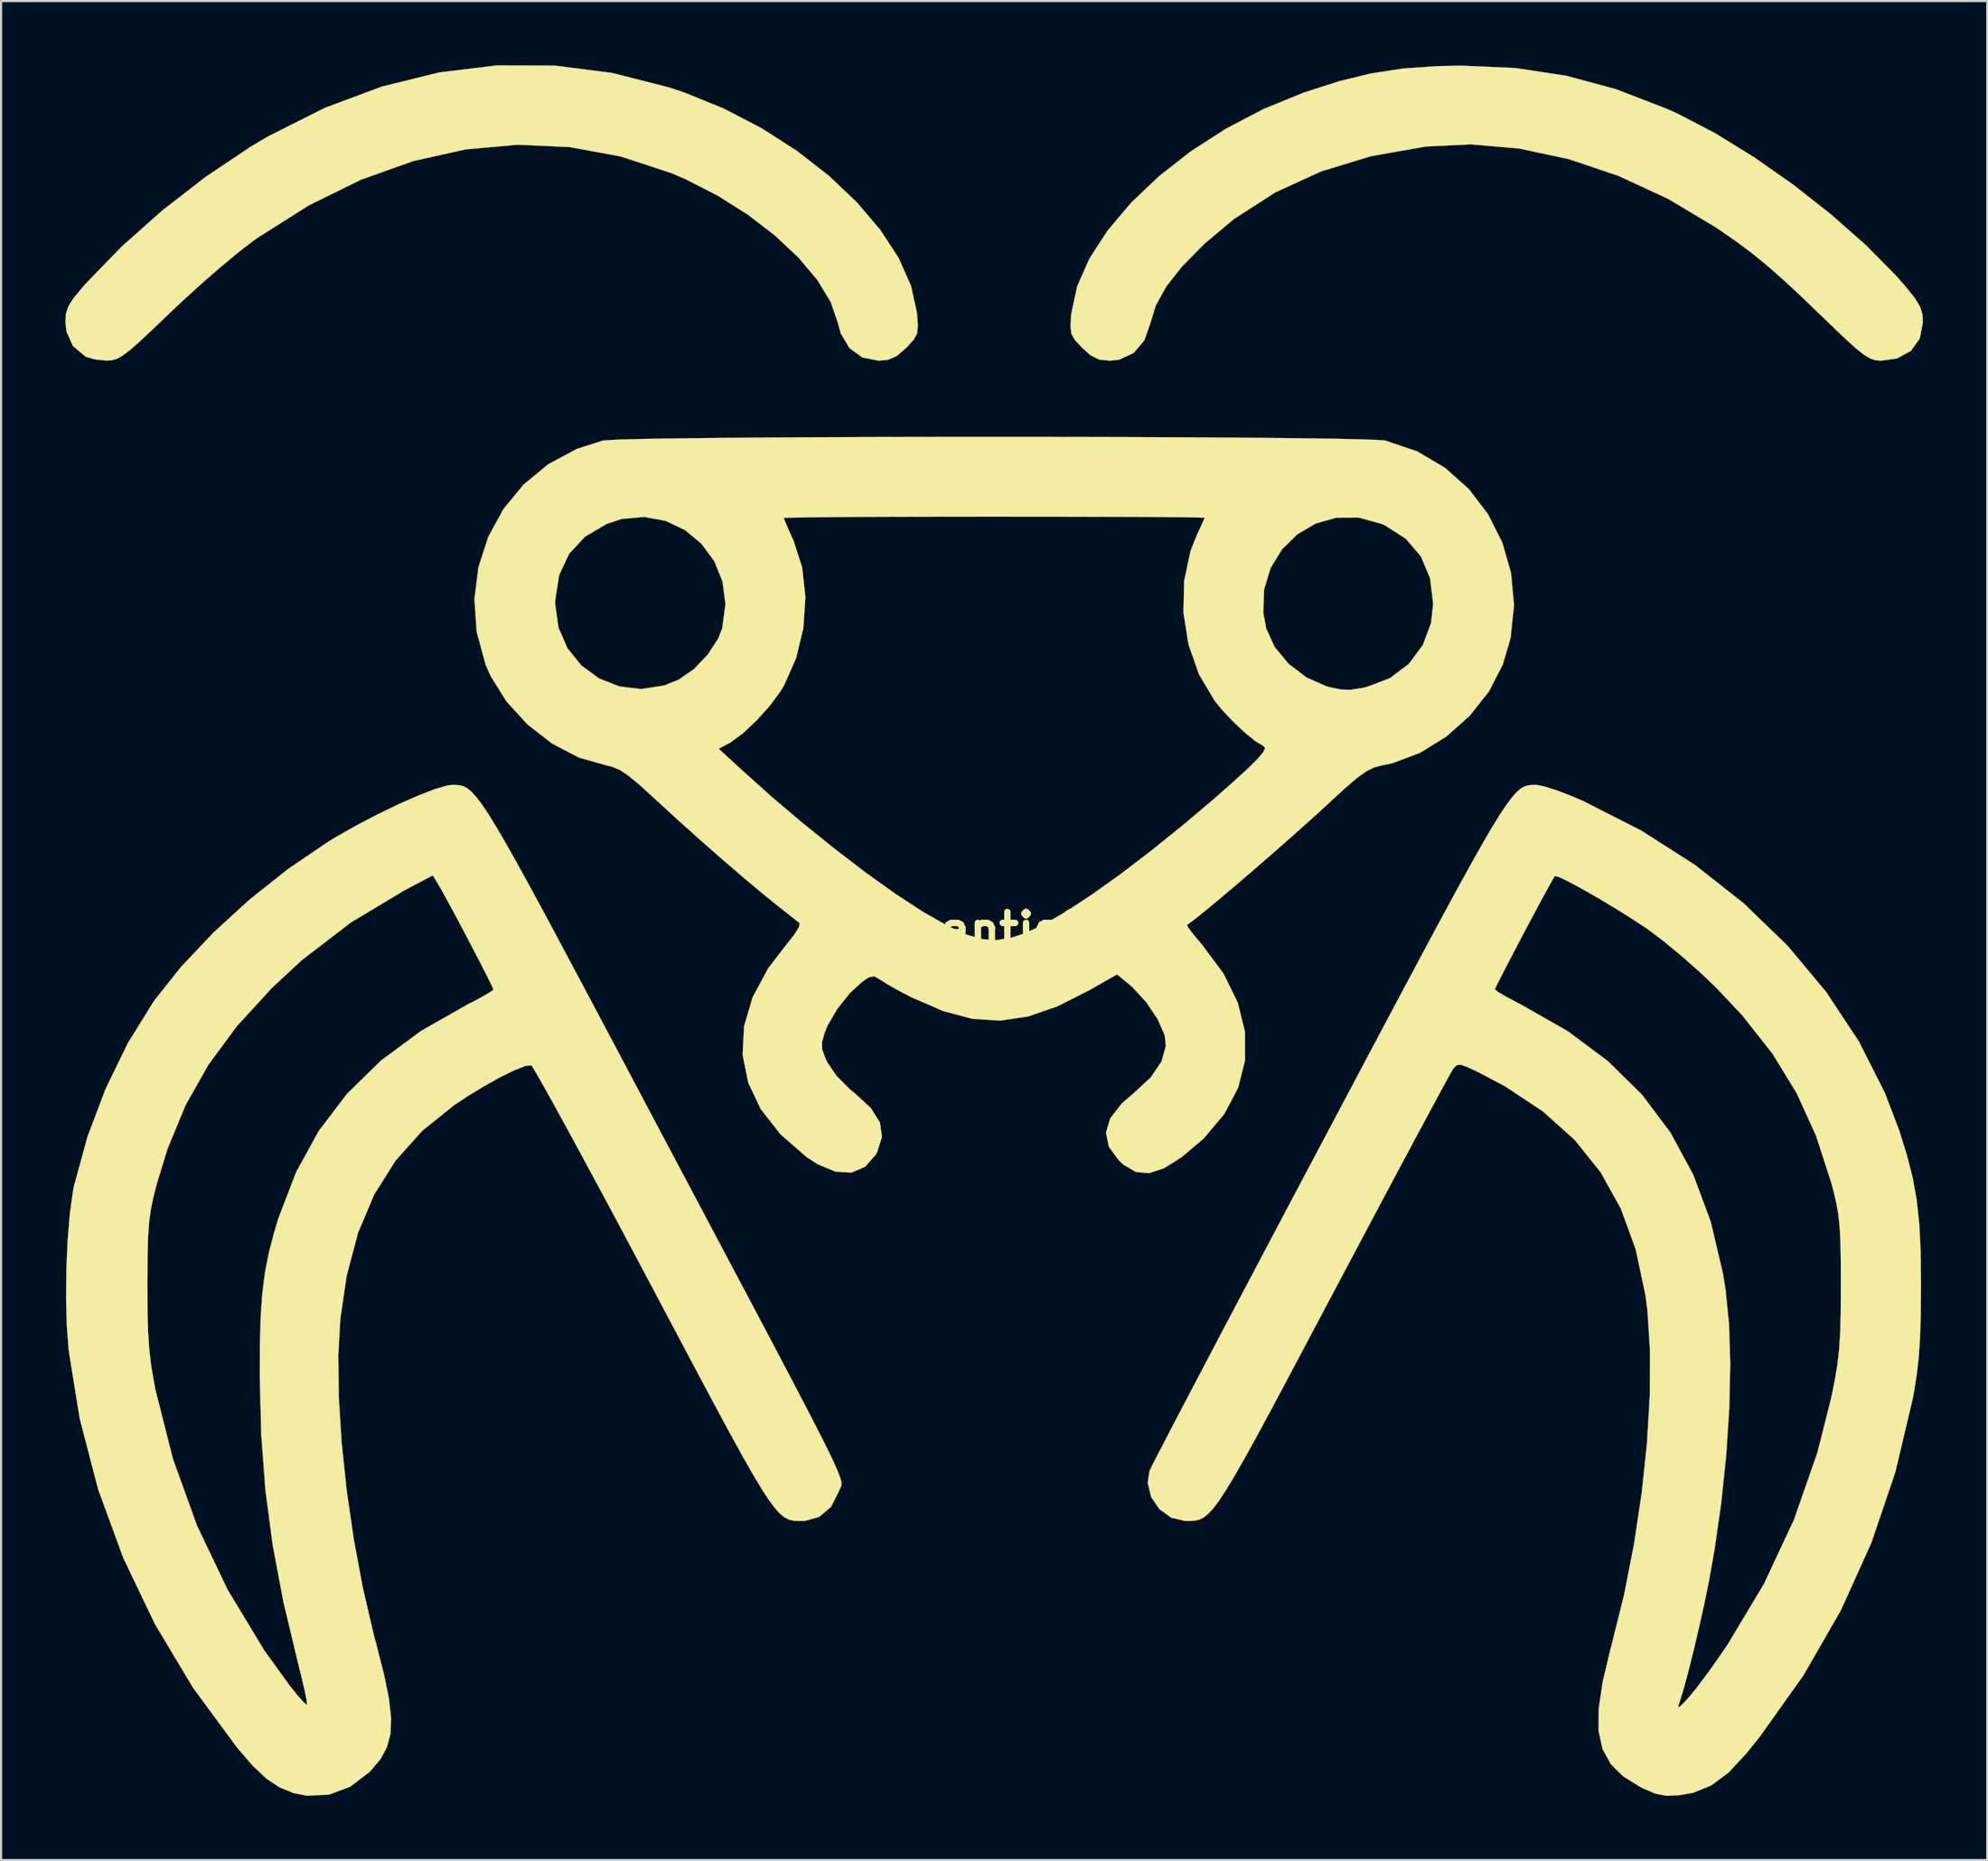
<source format=kicad_pcb>
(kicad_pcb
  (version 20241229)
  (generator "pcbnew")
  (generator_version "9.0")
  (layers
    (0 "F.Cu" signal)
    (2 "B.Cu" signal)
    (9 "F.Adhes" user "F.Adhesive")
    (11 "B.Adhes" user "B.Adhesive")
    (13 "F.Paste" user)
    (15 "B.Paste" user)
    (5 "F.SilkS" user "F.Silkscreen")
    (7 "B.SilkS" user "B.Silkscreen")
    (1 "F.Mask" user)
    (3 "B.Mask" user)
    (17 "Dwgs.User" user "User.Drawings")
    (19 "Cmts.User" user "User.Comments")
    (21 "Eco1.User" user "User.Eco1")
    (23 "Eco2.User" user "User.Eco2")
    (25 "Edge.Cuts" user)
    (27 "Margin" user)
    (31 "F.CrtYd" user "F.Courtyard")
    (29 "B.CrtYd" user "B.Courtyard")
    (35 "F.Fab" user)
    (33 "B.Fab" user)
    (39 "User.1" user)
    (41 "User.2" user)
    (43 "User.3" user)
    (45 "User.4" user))
  (footprint "mantis2"
    (layer "F.Cu")
    (at 43.351 40.379)
    (property "Reference" "mantis2" (at 0 0 0) (layer "F.SilkS") (effects (font (size 1.524 1.524) (thickness 0.3))))
    (attr through_hole)
    (fp_poly (pts (xy -20.517 -40.366) (xy -17.827 -40.021) (xy -15.147 -39.338) (xy -14.478 -39.114) (xy -12.619 -38.358) (xy -10.853 -37.438) (xy -9.209 -36.384) (xy -7.719 -35.223) (xy -6.411 -33.983) (xy -5.315 -32.694) (xy -4.462 -31.383) (xy -3.882 -30.079) (xy -3.603 -28.811) (xy -3.602 -28.792) (xy -3.562 -28.218) (xy -3.6 -27.851) (xy -3.758 -27.561) (xy -4.075 -27.218) (xy -4.109 -27.184) (xy -4.555 -26.797) (xy -4.965 -26.622) (xy -5.399 -26.585) (xy -6.156 -26.737) (xy -6.754 -27.174) (xy -7.163 -27.866) (xy -7.296 -28.352) (xy -7.629 -29.326) (xy -8.251 -30.351) (xy -9.127 -31.393) (xy -10.217 -32.419) (xy -11.485 -33.395) (xy -12.892 -34.286) (xy -14.401 -35.06) (xy -15.071 -35.347) (xy -17.422 -36.121) (xy -19.814 -36.561) (xy -22.236 -36.671) (xy -24.675 -36.452) (xy -27.122 -35.906) (xy -29.562 -35.034) (xy -31.987 -33.839) (xy -34.382 -32.323) (xy -34.534 -32.215) (xy -35.199 -31.707) (xy -36.023 -31.026) (xy -36.93 -30.239) (xy -37.841 -29.414) (xy -38.46 -28.829) (xy -39.277 -28.046) (xy -39.894 -27.469) (xy -40.353 -27.067) (xy -40.696 -26.81) (xy -40.963 -26.666) (xy -41.196 -26.603) (xy -41.433 -26.59) (xy -41.955 -26.642) (xy -42.38 -26.763) (xy -42.418 -26.782) (xy -43 -27.275) (xy -43.301 -27.954) (xy -43.346 -28.398) (xy -43.322 -28.779) (xy -43.215 -29.113) (xy -42.98 -29.487) (xy -42.57 -29.986) (xy -42.37 -30.213) (xy -40.721 -31.914) (xy -38.836 -33.59) (xy -36.815 -35.159) (xy -34.755 -36.543) (xy -33.893 -37.056) (xy -31.249 -38.387) (xy -28.583 -39.384) (xy -25.901 -40.047) (xy -23.21 -40.374) (xy -20.517 -40.366)) (stroke (width 0.01) (type solid)) (fill yes) (layer "F.SilkS"))
    (fp_poly (pts (xy 24.33 -40.251) (xy 26.692 -39.892) (xy 29.011 -39.267) (xy 31.37 -38.356) (xy 31.919 -38.108) (xy 33.642 -37.212) (xy 35.458 -36.092) (xy 37.289 -34.807) (xy 39.057 -33.417) (xy 40.683 -31.981) (xy 42.089 -30.558) (xy 42.508 -30.082) (xy 42.954 -29.53) (xy 43.209 -29.118) (xy 43.324 -28.75) (xy 43.346 -28.389) (xy 43.199 -27.618) (xy 42.788 -27.043) (xy 42.142 -26.69) (xy 41.392 -26.585) (xy 41.142 -26.604) (xy 40.895 -26.682) (xy 40.606 -26.854) (xy 40.231 -27.152) (xy 39.725 -27.61) (xy 39.043 -28.261) (xy 38.714 -28.58) (xy 37.672 -29.582) (xy 36.802 -30.39) (xy 36.042 -31.057) (xy 35.331 -31.634) (xy 34.607 -32.173) (xy 33.807 -32.726) (xy 33.695 -32.802) (xy 31.454 -34.142) (xy 29.153 -35.21) (xy 26.825 -35.997) (xy 24.507 -36.493) (xy 22.232 -36.689) (xy 20.143 -36.587) (xy 17.596 -36.138) (xy 15.259 -35.425) (xy 13.122 -34.445) (xy 11.18 -33.194) (xy 9.811 -32.044) (xy 8.78 -30.998) (xy 8.033 -30.051) (xy 7.544 -29.165) (xy 7.296 -28.352) (xy 7.008 -27.531) (xy 6.512 -26.948) (xy 5.839 -26.633) (xy 5.399 -26.585) (xy 4.901 -26.637) (xy 4.495 -26.84) (xy 4.109 -27.184) (xy 3.777 -27.537) (xy 3.608 -27.826) (xy 3.561 -28.183) (xy 3.596 -28.736) (xy 3.602 -28.792) (xy 3.875 -30.058) (xy 4.451 -31.36) (xy 5.3 -32.67) (xy 6.39 -33.959) (xy 7.694 -35.199) (xy 9.18 -36.362) (xy 10.818 -37.418) (xy 12.579 -38.34) (xy 14.433 -39.099) (xy 14.478 -39.114) (xy 16.105 -39.637) (xy 17.597 -40.001) (xy 19.082 -40.228) (xy 20.687 -40.34) (xy 21.844 -40.361) (xy 24.33 -40.251)) (stroke (width 0.01) (type solid)) (fill yes) (layer "F.SilkS"))
    (fp_poly (pts (xy -25.123 -6.771) (xy -24.946 -6.756) (xy -24.773 -6.711) (xy -24.595 -6.618) (xy -24.4 -6.458) (xy -24.177 -6.216) (xy -23.917 -5.873) (xy -23.608 -5.411) (xy -23.24 -4.814) (xy -22.802 -4.064) (xy -22.284 -3.144) (xy -21.675 -2.036) (xy -20.964 -0.722) (xy -20.141 0.815) (xy -19.196 2.591) (xy -18.116 4.626) (xy -16.892 6.936) (xy -16.395 7.874) (xy -14.977 10.552) (xy -13.708 12.946) (xy -12.581 15.073) (xy -11.587 16.949) (xy -10.719 18.591) (xy -9.968 20.015) (xy -9.326 21.237) (xy -8.786 22.274) (xy -8.338 23.141) (xy -7.975 23.855) (xy -7.689 24.433) (xy -7.472 24.89) (xy -7.315 25.243) (xy -7.211 25.508) (xy -7.151 25.702) (xy -7.128 25.841) (xy -7.132 25.941) (xy -7.157 26.018) (xy -7.193 26.089) (xy -7.233 26.17) (xy -7.26 26.244) (xy -7.615 26.941) (xy -8.163 27.41) (xy -8.844 27.599) (xy -8.921 27.601) (xy -9.161 27.601) (xy -9.377 27.586) (xy -9.58 27.537) (xy -9.785 27.433) (xy -10.004 27.254) (xy -10.251 26.98) (xy -10.538 26.59) (xy -10.878 26.064) (xy -11.285 25.382) (xy -11.772 24.524) (xy -12.352 23.469) (xy -13.038 22.197) (xy -13.842 20.688) (xy -14.779 18.922) (xy -15.861 16.878) (xy -15.927 16.754) (xy -16.847 15.02) (xy -17.724 13.374) (xy -18.546 11.842) (xy -19.298 10.447) (xy -19.968 9.214) (xy -20.541 8.168) (xy -21.006 7.332) (xy -21.348 6.731) (xy -21.554 6.39) (xy -21.609 6.319) (xy -21.884 6.354) (xy -22.38 6.547) (xy -23.036 6.869) (xy -23.793 7.289) (xy -24.59 7.775) (xy -25.202 8.18) (xy -26.695 9.382) (xy -27.934 10.764) (xy -28.928 12.342) (xy -29.688 14.137) (xy -30.223 16.165) (xy -30.516 18.159) (xy -30.612 19.856) (xy -30.59 21.801) (xy -30.458 23.923) (xy -30.223 26.155) (xy -29.893 28.429) (xy -29.476 30.677) (xy -28.979 32.83) (xy -28.84 33.357) (xy -28.482 34.757) (xy -28.251 35.89) (xy -28.149 36.805) (xy -28.179 37.55) (xy -28.344 38.175) (xy -28.646 38.727) (xy -29.088 39.255) (xy -29.179 39.347) (xy -30.063 40.016) (xy -31.047 40.383) (xy -32.081 40.433) (xy -32.708 40.306) (xy -33.352 40.044) (xy -33.962 39.639) (xy -34.602 39.038) (xy -35.335 38.189) (xy -35.338 38.185) (xy -37.396 35.383) (xy -39.169 32.42) (xy -40.649 29.322) (xy -41.823 26.114) (xy -42.681 22.821) (xy -43.192 19.649) (xy -43.28 18.515) (xy -43.316 17.21) (xy -43.308 16.51) (xy -39.524 16.51) (xy -39.519 17.749) (xy -39.492 18.74) (xy -39.437 19.573) (xy -39.347 20.34) (xy -39.214 21.129) (xy -39.141 21.505) (xy -38.329 24.712) (xy -37.202 27.829) (xy -35.775 30.82) (xy -34.066 33.648) (xy -32.894 35.274) (xy -32.521 35.74) (xy -32.23 36.067) (xy -32.078 36.193) (xy -32.07 36.191) (xy -32.084 36.01) (xy -32.171 35.569) (xy -32.317 34.935) (xy -32.503 34.191) (xy -33.173 31.375) (xy -33.672 28.734) (xy -34.012 26.163) (xy -34.208 23.553) (xy -34.275 20.913) (xy -34.27 19.364) (xy -34.234 18.081) (xy -34.159 16.993) (xy -34.038 16.028) (xy -33.86 15.113) (xy -33.619 14.177) (xy -33.404 13.462) (xy -32.582 11.316) (xy -31.52 9.385) (xy -30.205 7.653) (xy -28.622 6.104) (xy -26.756 4.722) (xy -24.596 3.491) (xy -24.027 3.195) (xy -23.599 2.952) (xy -23.381 2.803) (xy -23.368 2.783) (xy -23.443 2.61) (xy -23.646 2.2) (xy -23.944 1.615) (xy -24.306 0.917) (xy -24.699 0.168) (xy -25.09 -0.57) (xy -25.448 -1.236) (xy -25.739 -1.768) (xy -25.917 -2.079) (xy -26.198 -2.55) (xy -27.535 -1.845) (xy -30.026 -0.348) (xy -32.313 1.409) (xy -33.707 2.704) (xy -35.336 4.481) (xy -36.666 6.283) (xy -37.736 8.174) (xy -38.582 10.219) (xy -39.075 11.825) (xy -39.238 12.46) (xy -39.356 13.024) (xy -39.436 13.592) (xy -39.485 14.243) (xy -39.512 15.053) (xy -39.522 16.099) (xy -39.524 16.51) (xy -43.308 16.51) (xy -43.301 15.829) (xy -43.241 14.469) (xy -43.137 13.225) (xy -42.992 12.192) (xy -42.942 11.938) (xy -42.319 9.661) (xy -41.466 7.406) (xy -40.425 5.273) (xy -39.24 3.359) (xy -39.195 3.295) (xy -37.945 1.719) (xy -36.44 0.125) (xy -34.749 -1.42) (xy -32.947 -2.852) (xy -31.104 -4.105) (xy -30.734 -4.331) (xy -29.782 -4.873) (xy -28.785 -5.394) (xy -27.802 -5.869) (xy -26.894 -6.27) (xy -26.121 -6.57) (xy -25.543 -6.742) (xy -25.315 -6.772) (xy -25.123 -6.771)) (stroke (width 0.01) (type solid)) (fill yes) (layer "F.SilkS"))
    (fp_poly (pts (xy 25.315 -6.772) (xy 25.678 -6.703) (xy 26.257 -6.518) (xy 26.962 -6.247) (xy 27.503 -6.014) (xy 30.207 -4.635) (xy 32.71 -3.035) (xy 34.995 -1.232) (xy 37.043 0.753) (xy 38.833 2.901) (xy 40.348 5.191) (xy 41.569 7.604) (xy 42.227 9.325) (xy 42.593 10.49) (xy 42.865 11.553) (xy 43.055 12.6) (xy 43.176 13.716) (xy 43.239 14.988) (xy 43.257 16.502) (xy 43.257 16.679) (xy 43.245 18.002) (xy 43.211 19.074) (xy 43.149 19.983) (xy 43.053 20.816) (xy 42.916 21.663) (xy 42.877 21.874) (xy 42.06 25.324) (xy 40.938 28.629) (xy 39.51 31.789) (xy 37.775 34.805) (xy 35.733 37.679) (xy 35.083 38.486) (xy 34.265 39.36) (xy 33.474 39.948) (xy 32.642 40.291) (xy 31.959 40.412) (xy 31.371 40.434) (xy 30.876 40.342) (xy 30.307 40.101) (xy 30.142 40.018) (xy 29.355 39.528) (xy 28.776 38.953) (xy 28.398 38.259) (xy 28.213 37.413) (xy 28.217 36.38) (xy 28.4 35.125) (xy 28.758 33.615) (xy 28.828 33.357) (xy 29.394 31.074) (xy 29.86 28.706) (xy 30.221 26.315) (xy 30.47 23.963) (xy 30.601 21.711) (xy 30.609 19.621) (xy 30.488 17.753) (xy 30.4 17.073) (xy 29.945 14.932) (xy 29.252 13.02) (xy 28.308 11.319) (xy 27.098 9.81) (xy 25.61 8.474) (xy 23.829 7.294) (xy 22.634 6.663) (xy 22.098 6.409) (xy 21.779 6.297) (xy 21.592 6.314) (xy 21.452 6.448) (xy 21.418 6.494) (xy 21.302 6.694) (xy 21.041 7.167) (xy 20.649 7.89) (xy 20.14 8.836) (xy 19.527 9.98) (xy 18.824 11.297) (xy 18.045 12.761) (xy 17.202 14.347) (xy 16.31 16.03) (xy 15.817 16.959) (xy 14.738 18.999) (xy 13.805 20.759) (xy 13.004 22.262) (xy 12.322 23.526) (xy 11.746 24.574) (xy 11.263 25.425) (xy 10.859 26.099) (xy 10.521 26.618) (xy 10.236 27.001) (xy 9.991 27.269) (xy 9.772 27.443) (xy 9.566 27.542) (xy 9.36 27.588) (xy 9.141 27.601) (xy 8.921 27.601) (xy 8.265 27.45) (xy 7.715 27.051) (xy 7.329 26.485) (xy 7.167 25.834) (xy 7.25 25.268) (xy 7.351 25.057) (xy 7.601 24.568) (xy 7.987 23.821) (xy 8.5 22.835) (xy 9.129 21.633) (xy 9.864 20.234) (xy 10.692 18.658) (xy 11.605 16.927) (xy 12.59 15.06) (xy 13.637 13.078) (xy 14.736 11.001) (xy 15.63 9.313) (xy 16.976 6.773) (xy 18.173 4.516) (xy 19.097 2.777) (xy 23.368 2.777) (xy 23.508 2.892) (xy 23.882 3.113) (xy 24.417 3.398) (xy 24.596 3.489) (xy 26.766 4.726) (xy 28.644 6.126) (xy 30.241 7.702) (xy 31.567 9.469) (xy 32.631 11.44) (xy 33.444 13.629) (xy 34.014 16.049) (xy 34.134 16.788) (xy 34.296 18.393) (xy 34.354 20.255) (xy 34.31 22.311) (xy 34.169 24.498) (xy 33.935 26.751) (xy 33.61 29.008) (xy 33.346 30.48) (xy 33.144 31.468) (xy 32.907 32.534) (xy 32.657 33.599) (xy 32.413 34.581) (xy 32.193 35.4) (xy 32.018 35.976) (xy 32.004 36.016) (xy 31.927 36.265) (xy 31.968 36.306) (xy 32.164 36.12) (xy 32.444 35.814) (xy 32.781 35.401) (xy 33.241 34.789) (xy 33.76 34.064) (xy 34.234 33.373) (xy 35.928 30.543) (xy 37.326 27.552) (xy 38.422 24.415) (xy 39.07 21.848) (xy 39.238 21.014) (xy 39.358 20.288) (xy 39.439 19.581) (xy 39.488 18.804) (xy 39.512 17.872) (xy 39.519 16.695) (xy 39.519 16.595) (xy 39.515 15.445) (xy 39.498 14.56) (xy 39.462 13.864) (xy 39.4 13.284) (xy 39.304 12.745) (xy 39.169 12.172) (xy 39.077 11.825) (xy 38.366 9.628) (xy 37.461 7.633) (xy 36.323 5.775) (xy 34.915 3.988) (xy 33.707 2.704) (xy 32.917 1.953) (xy 32.048 1.186) (xy 31.198 0.487) (xy 30.468 -0.059) (xy 30.395 -0.108) (xy 29.678 -0.578) (xy 28.907 -1.058) (xy 28.137 -1.518) (xy 27.423 -1.926) (xy 26.821 -2.25) (xy 26.387 -2.459) (xy 26.176 -2.521) (xy 26.167 -2.517) (xy 26.062 -2.345) (xy 25.834 -1.934) (xy 25.515 -1.346) (xy 25.136 -0.638) (xy 24.728 0.129) (xy 24.324 0.897) (xy 23.955 1.604) (xy 23.651 2.193) (xy 23.445 2.604) (xy 23.368 2.777) (xy 23.368 2.777) (xy 19.097 2.777) (xy 19.232 2.524) (xy 20.161 0.782) (xy 20.972 -0.728) (xy 21.674 -2.022) (xy 22.278 -3.117) (xy 22.792 -4.03) (xy 23.228 -4.776) (xy 23.595 -5.373) (xy 23.904 -5.837) (xy 24.164 -6.186) (xy 24.385 -6.435) (xy 24.578 -6.601) (xy 24.752 -6.701) (xy 24.917 -6.752) (xy 25.084 -6.77) (xy 25.263 -6.772) (xy 25.315 -6.772)) (stroke (width 0.01) (type solid)) (fill yes) (layer "F.SilkS"))
    (fp_poly (pts (xy 1.793 -23.025) (xy 3.955 -23.022) (xy 6.067 -23.016) (xy 8.1 -23.008) (xy 10.026 -22.998) (xy 11.819 -22.985) (xy 13.45 -22.97) (xy 14.891 -22.953) (xy 16.115 -22.933) (xy 17.093 -22.911) (xy 17.798 -22.887) (xy 18.203 -22.86) (xy 18.269 -22.85) (xy 19.743 -22.347) (xy 21.044 -21.58) (xy 22.154 -20.589) (xy 23.051 -19.412) (xy 23.716 -18.089) (xy 24.126 -16.66) (xy 24.262 -15.163) (xy 24.103 -13.638) (xy 23.738 -12.393) (xy 23.095 -11.142) (xy 22.197 -10.005) (xy 21.106 -9.033) (xy 19.884 -8.276) (xy 18.592 -7.787) (xy 18.073 -7.678) (xy 17.721 -7.586) (xy 17.353 -7.4) (xy 16.911 -7.079) (xy 16.334 -6.581) (xy 15.844 -6.13) (xy 15.108 -5.451) (xy 14.256 -4.685) (xy 13.335 -3.869) (xy 12.391 -3.046) (xy 11.472 -2.254) (xy 10.623 -1.534) (xy 9.891 -0.926) (xy 9.323 -0.471) (xy 8.997 -0.228) (xy 9.068 -0.09) (xy 9.314 0.231) (xy 9.682 0.669) (xy 9.71 0.701) (xy 10.707 2.044) (xy 11.371 3.4) (xy 11.705 4.751) (xy 11.71 6.08) (xy 11.388 7.368) (xy 10.741 8.597) (xy 9.771 9.748) (xy 8.752 10.609) (xy 7.928 11.129) (xy 7.231 11.359) (xy 6.615 11.303) (xy 6.035 10.963) (xy 5.825 10.77) (xy 5.354 10.125) (xy 5.219 9.468) (xy 5.42 8.795) (xy 5.958 8.104) (xy 6.494 7.639) (xy 7.301 6.895) (xy 7.812 6.146) (xy 8.014 5.416) (xy 7.961 4.918) (xy 7.633 4.169) (xy 7.104 3.381) (xy 6.465 2.686) (xy 6.305 2.547) (xy 5.735 2.077) (xy 4.449 2.81) (xy 2.954 3.567) (xy 1.583 4.041) (xy 0.276 4.234) (xy -1.026 4.149) (xy -2.383 3.786) (xy -3.854 3.149) (xy -3.98 3.085) (xy -4.558 2.779) (xy -5.053 2.495) (xy -5.331 2.316) (xy -5.596 2.165) (xy -5.844 2.211) (xy -6.123 2.39) (xy -6.735 2.948) (xy -7.323 3.688) (xy -7.776 4.463) (xy -7.904 4.773) (xy -8.035 5.227) (xy -8.03 5.579) (xy -7.876 5.997) (xy -7.787 6.186) (xy -7.373 6.8) (xy -6.746 7.433) (xy -6.494 7.639) (xy -5.749 8.326) (xy -5.333 8.994) (xy -5.237 9.666) (xy -5.456 10.364) (xy -5.531 10.5) (xy -6.028 11.066) (xy -6.658 11.33) (xy -7.401 11.29) (xy -8.236 10.946) (xy -8.752 10.609) (xy -9.985 9.532) (xy -10.896 8.365) (xy -11.481 7.126) (xy -11.741 5.831) (xy -11.673 4.499) (xy -11.275 3.146) (xy -10.545 1.79) (xy -9.707 0.698) (xy -9.343 0.243) (xy -9.117 -0.118) (xy -9.074 -0.31) (xy -9.079 -0.316) (xy -9.284 -0.48) (xy -9.667 -0.782) (xy -10.075 -1.103) (xy -10.809 -1.696) (xy -11.721 -2.462) (xy -12.743 -3.343) (xy -13.806 -4.278) (xy -14.843 -5.209) (xy -15.785 -6.075) (xy -15.844 -6.13) (xy -16.544 -6.769) (xy -17.069 -7.203) (xy -17.481 -7.475) (xy -17.836 -7.625) (xy -18.073 -7.678) (xy -19.374 -8.047) (xy -20.174 -8.464) (xy -12.858 -8.464) (xy -11.805 -7.491) (xy -10.401 -6.232) (xy -8.92 -4.976) (xy -7.423 -3.77) (xy -5.969 -2.659) (xy -4.617 -1.69) (xy -3.427 -0.91) (xy -3.199 -0.772) (xy -2.146 -0.177) (xy -1.289 0.22) (xy -0.558 0.433) (xy 0.115 0.476) (xy 0.8 0.363) (xy 1.431 0.158) (xy 2.275 -0.232) (xy 3.323 -0.838) (xy 4.541 -1.637) (xy 5.895 -2.604) (xy 7.351 -3.716) (xy 8.875 -4.947) (xy 10.245 -6.109) (xy 11.169 -6.922) (xy 11.85 -7.545) (xy 12.309 -8.001) (xy 12.567 -8.313) (xy 12.644 -8.502) (xy 12.572 -8.589) (xy 12.206 -8.805) (xy 11.707 -9.209) (xy 11.155 -9.728) (xy 10.629 -10.287) (xy 10.299 -10.69) (xy 9.56 -11.934) (xy 9.07 -13.331) (xy 8.836 -14.808) (xy 8.836 -14.823) (xy 12.558 -14.823) (xy 12.692 -14.086) (xy 13.086 -13.218) (xy 13.741 -12.428) (xy 14.578 -11.789) (xy 15.52 -11.372) (xy 15.663 -11.334) (xy 16.189 -11.227) (xy 16.623 -11.212) (xy 17.138 -11.292) (xy 17.418 -11.355) (xy 18.48 -11.762) (xy 19.354 -12.426) (xy 20.004 -13.3) (xy 20.392 -14.336) (xy 20.489 -15.226) (xy 20.345 -16.425) (xy 19.917 -17.443) (xy 19.211 -18.271) (xy 18.235 -18.896) (xy 18.084 -18.964) (xy 17.015 -19.261) (xy 15.977 -19.255) (xy 15.007 -18.981) (xy 14.145 -18.474) (xy 13.431 -17.77) (xy 12.902 -16.903) (xy 12.598 -15.909) (xy 12.558 -14.823) (xy 8.836 -14.823) (xy 8.866 -16.292) (xy 9.167 -17.708) (xy 9.483 -18.497) (xy 9.684 -18.925) (xy 9.805 -19.202) (xy 9.821 -19.251) (xy 9.657 -19.261) (xy 9.184 -19.27) (xy 8.431 -19.278) (xy 7.43 -19.286) (xy 6.208 -19.292) (xy 4.797 -19.297) (xy 3.226 -19.301) (xy 1.524 -19.303) (xy 0 -19.304) (xy -1.789 -19.303) (xy -3.473 -19.3) (xy -5.021 -19.295) (xy -6.406 -19.288) (xy -7.596 -19.28) (xy -8.562 -19.271) (xy -9.274 -19.261) (xy -9.702 -19.25) (xy -9.821 -19.24) (xy -9.756 -19.065) (xy -9.586 -18.671) (xy -9.365 -18.181) (xy -8.962 -16.929) (xy -8.811 -15.543) (xy -8.906 -14.108) (xy -9.239 -12.708) (xy -9.804 -11.426) (xy -9.964 -11.159) (xy -10.461 -10.483) (xy -11.076 -9.797) (xy -11.717 -9.193) (xy -12.293 -8.765) (xy -12.398 -8.706) (xy -12.858 -8.464) (xy -20.174 -8.464) (xy -20.631 -8.703) (xy -21.78 -9.594) (xy -22.761 -10.669) (xy -23.512 -11.877) (xy -23.736 -12.393) (xy -24.153 -13.922) (xy -24.242 -15.226) (xy -20.489 -15.226) (xy -20.337 -14.119) (xy -19.913 -13.15) (xy -19.265 -12.349) (xy -18.442 -11.745) (xy -17.491 -11.369) (xy -16.462 -11.249) (xy -15.402 -11.415) (xy -14.724 -11.688) (xy -14.013 -12.181) (xy -13.366 -12.86) (xy -12.878 -13.61) (xy -12.692 -14.086) (xy -12.54 -15.213) (xy -12.677 -16.27) (xy -13.064 -17.223) (xy -13.663 -18.037) (xy -14.433 -18.676) (xy -15.337 -19.106) (xy -16.335 -19.29) (xy -17.389 -19.193) (xy -18.084 -18.964) (xy -19.095 -18.367) (xy -19.838 -17.566) (xy -20.304 -16.573) (xy -20.487 -15.398) (xy -20.489 -15.226) (xy -24.242 -15.226) (xy -24.257 -15.451) (xy -24.07 -16.942) (xy -23.612 -18.356) (xy -22.903 -19.654) (xy -21.963 -20.798) (xy -20.813 -21.748) (xy -19.472 -22.466) (xy -18.269 -22.85) (xy -17.979 -22.877) (xy -17.378 -22.903) (xy -16.495 -22.926) (xy -15.356 -22.946) (xy -13.989 -22.964) (xy -12.423 -22.98) (xy -10.685 -22.994) (xy -8.803 -23.005) (xy -6.805 -23.014) (xy -4.719 -23.02) (xy -2.571 -23.024) (xy -0.392 -23.025) (xy 1.793 -23.025)) (stroke (width 0.01) (type solid)) (fill yes) (layer "F.SilkS")))
  (gr_rect
    (start -3 -3)
    (end 89.701 83.818)
    (stroke (width 0.1) (type default))
    (fill no)
    (layer "Edge.Cuts")))
</source>
